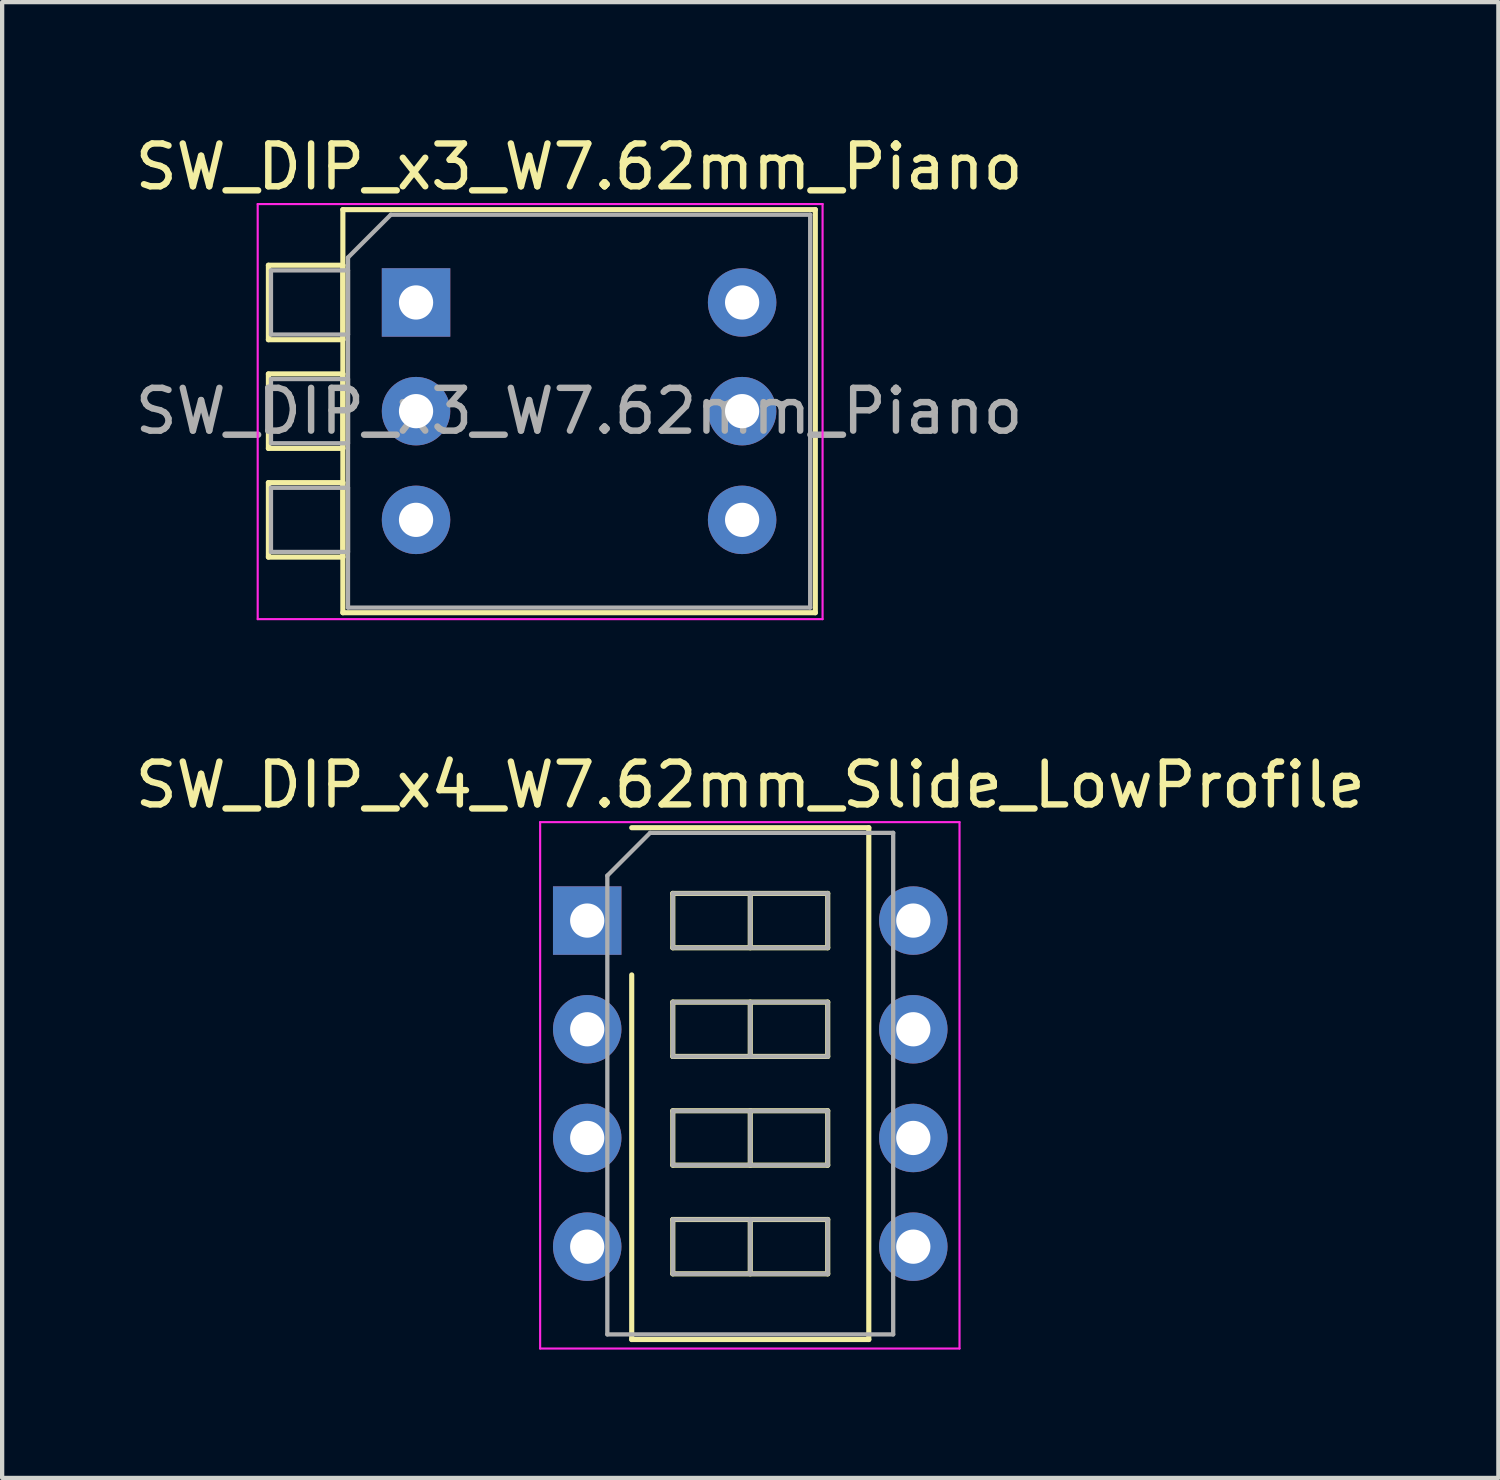
<source format=kicad_pcb>
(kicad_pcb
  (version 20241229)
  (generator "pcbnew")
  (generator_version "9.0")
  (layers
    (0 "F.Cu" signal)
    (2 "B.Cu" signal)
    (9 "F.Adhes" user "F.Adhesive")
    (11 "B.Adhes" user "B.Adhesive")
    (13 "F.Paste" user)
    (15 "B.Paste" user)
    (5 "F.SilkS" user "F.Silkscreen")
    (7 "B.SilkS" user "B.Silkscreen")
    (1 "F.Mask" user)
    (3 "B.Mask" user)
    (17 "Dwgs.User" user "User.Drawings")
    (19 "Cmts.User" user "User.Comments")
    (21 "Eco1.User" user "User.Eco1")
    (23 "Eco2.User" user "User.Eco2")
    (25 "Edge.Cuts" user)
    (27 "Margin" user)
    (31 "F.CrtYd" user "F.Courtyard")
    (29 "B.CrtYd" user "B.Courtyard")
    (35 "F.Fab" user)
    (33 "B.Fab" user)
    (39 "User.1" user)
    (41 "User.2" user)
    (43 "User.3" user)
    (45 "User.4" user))
  (footprint "SW_DIP_x4_W7.62mm_Slide_LowProfile"
    (layer "F.Cu")
    (at 10.672 18.462)
    (property "Reference" "SW_DIP_x4_W7.62mm_Slide_LowProfile" (at 3.81 -3.17 0) (layer "F.SilkS") (effects (font (size 1 1) (thickness 0.15))))
    (attr through_hole)
    (fp_line (start 1.04 -2.17) (end 6.58 -2.17) (stroke (width 0.12) (type solid)) (layer "F.SilkS"))
    (fp_line (start 1.04 9.79) (end 1.04 1.27) (stroke (width 0.12) (type solid)) (layer "F.SilkS"))
    (fp_line (start 2 -0.635) (end 2 0.635) (stroke (width 0.12) (type solid)) (layer "F.SilkS"))
    (fp_line (start 2 0.635) (end 5.62 0.635) (stroke (width 0.12) (type solid)) (layer "F.SilkS"))
    (fp_line (start 2 1.905) (end 2 3.175) (stroke (width 0.12) (type solid)) (layer "F.SilkS"))
    (fp_line (start 2 3.175) (end 5.62 3.175) (stroke (width 0.12) (type solid)) (layer "F.SilkS"))
    (fp_line (start 2 4.445) (end 2 5.715) (stroke (width 0.12) (type solid)) (layer "F.SilkS"))
    (fp_line (start 2 5.715) (end 5.62 5.715) (stroke (width 0.12) (type solid)) (layer "F.SilkS"))
    (fp_line (start 2 6.985) (end 2 8.255) (stroke (width 0.12) (type solid)) (layer "F.SilkS"))
    (fp_line (start 2 8.255) (end 5.62 8.255) (stroke (width 0.12) (type solid)) (layer "F.SilkS"))
    (fp_line (start 3.81 -0.635) (end 3.81 0.635) (stroke (width 0.12) (type solid)) (layer "F.SilkS"))
    (fp_line (start 3.81 1.905) (end 3.81 3.175) (stroke (width 0.12) (type solid)) (layer "F.SilkS"))
    (fp_line (start 3.81 4.445) (end 3.81 5.715) (stroke (width 0.12) (type solid)) (layer "F.SilkS"))
    (fp_line (start 3.81 6.985) (end 3.81 8.255) (stroke (width 0.12) (type solid)) (layer "F.SilkS"))
    (fp_line (start 5.62 -0.635) (end 2 -0.635) (stroke (width 0.12) (type solid)) (layer "F.SilkS"))
    (fp_line (start 5.62 0.635) (end 5.62 -0.635) (stroke (width 0.12) (type solid)) (layer "F.SilkS"))
    (fp_line (start 5.62 1.905) (end 2 1.905) (stroke (width 0.12) (type solid)) (layer "F.SilkS"))
    (fp_line (start 5.62 3.175) (end 5.62 1.905) (stroke (width 0.12) (type solid)) (layer "F.SilkS"))
    (fp_line (start 5.62 4.445) (end 2 4.445) (stroke (width 0.12) (type solid)) (layer "F.SilkS"))
    (fp_line (start 5.62 5.715) (end 5.62 4.445) (stroke (width 0.12) (type solid)) (layer "F.SilkS"))
    (fp_line (start 5.62 6.985) (end 2 6.985) (stroke (width 0.12) (type solid)) (layer "F.SilkS"))
    (fp_line (start 5.62 8.255) (end 5.62 6.985) (stroke (width 0.12) (type solid)) (layer "F.SilkS"))
    (fp_line (start 6.58 -2.17) (end 6.58 9.79) (stroke (width 0.12) (type solid)) (layer "F.SilkS"))
    (fp_line (start 6.58 9.79) (end 1.04 9.79) (stroke (width 0.12) (type solid)) (layer "F.SilkS"))
    (fp_line (start -1.1 -2.3) (end -1.1 10) (stroke (width 0.05) (type solid)) (layer "F.CrtYd"))
    (fp_line (start -1.1 10) (end 8.7 10) (stroke (width 0.05) (type solid)) (layer "F.CrtYd"))
    (fp_line (start 8.7 -2.3) (end -1.1 -2.3) (stroke (width 0.05) (type solid)) (layer "F.CrtYd"))
    (fp_line (start 8.7 10) (end 8.7 -2.3) (stroke (width 0.05) (type solid)) (layer "F.CrtYd"))
    (fp_line (start 0.47 -1.05) (end 1.47 -2.05) (stroke (width 0.1) (type solid)) (layer "F.Fab"))
    (fp_line (start 0.47 9.67) (end 0.47 -1.05) (stroke (width 0.1) (type solid)) (layer "F.Fab"))
    (fp_line (start 1.47 -2.05) (end 7.15 -2.05) (stroke (width 0.1) (type solid)) (layer "F.Fab"))
    (fp_line (start 2 -0.635) (end 2 0.635) (stroke (width 0.1) (type solid)) (layer "F.Fab"))
    (fp_line (start 2 0.635) (end 5.62 0.635) (stroke (width 0.1) (type solid)) (layer "F.Fab"))
    (fp_line (start 2 1.905) (end 2 3.175) (stroke (width 0.1) (type solid)) (layer "F.Fab"))
    (fp_line (start 2 3.175) (end 5.62 3.175) (stroke (width 0.1) (type solid)) (layer "F.Fab"))
    (fp_line (start 2 4.445) (end 2 5.715) (stroke (width 0.1) (type solid)) (layer "F.Fab"))
    (fp_line (start 2 5.715) (end 5.62 5.715) (stroke (width 0.1) (type solid)) (layer "F.Fab"))
    (fp_line (start 2 6.985) (end 2 8.255) (stroke (width 0.1) (type solid)) (layer "F.Fab"))
    (fp_line (start 2 8.255) (end 5.62 8.255) (stroke (width 0.1) (type solid)) (layer "F.Fab"))
    (fp_line (start 3.81 -0.635) (end 3.81 0.635) (stroke (width 0.1) (type solid)) (layer "F.Fab"))
    (fp_line (start 3.81 1.905) (end 3.81 3.175) (stroke (width 0.1) (type solid)) (layer "F.Fab"))
    (fp_line (start 3.81 4.445) (end 3.81 5.715) (stroke (width 0.1) (type solid)) (layer "F.Fab"))
    (fp_line (start 3.81 6.985) (end 3.81 8.255) (stroke (width 0.1) (type solid)) (layer "F.Fab"))
    (fp_line (start 5.62 -0.635) (end 2 -0.635) (stroke (width 0.1) (type solid)) (layer "F.Fab"))
    (fp_line (start 5.62 0.635) (end 5.62 -0.635) (stroke (width 0.1) (type solid)) (layer "F.Fab"))
    (fp_line (start 5.62 1.905) (end 2 1.905) (stroke (width 0.1) (type solid)) (layer "F.Fab"))
    (fp_line (start 5.62 3.175) (end 5.62 1.905) (stroke (width 0.1) (type solid)) (layer "F.Fab"))
    (fp_line (start 5.62 4.445) (end 2 4.445) (stroke (width 0.1) (type solid)) (layer "F.Fab"))
    (fp_line (start 5.62 5.715) (end 5.62 4.445) (stroke (width 0.1) (type solid)) (layer "F.Fab"))
    (fp_line (start 5.62 6.985) (end 2 6.985) (stroke (width 0.1) (type solid)) (layer "F.Fab"))
    (fp_line (start 5.62 8.255) (end 5.62 6.985) (stroke (width 0.1) (type solid)) (layer "F.Fab"))
    (fp_line (start 7.15 -2.05) (end 7.15 9.67) (stroke (width 0.1) (type solid)) (layer "F.Fab"))
    (fp_line (start 7.15 9.67) (end 0.47 9.67) (stroke (width 0.1) (type solid)) (layer "F.Fab"))
    (pad "1" thru_hole rect (at 0 0) (size 1.6 1.6) (drill 0.8) (layers "*.Cu" "*.Mask"))
    (pad "2" thru_hole oval (at 0 2.54) (size 1.6 1.6) (drill 0.8) (layers "*.Cu" "*.Mask"))
    (pad "3" thru_hole oval (at 0 5.08) (size 1.6 1.6) (drill 0.8) (layers "*.Cu" "*.Mask"))
    (pad "4" thru_hole oval (at 0 7.62) (size 1.6 1.6) (drill 0.8) (layers "*.Cu" "*.Mask"))
    (pad "5" thru_hole oval (at 7.62 7.62) (size 1.6 1.6) (drill 0.8) (layers "*.Cu" "*.Mask"))
    (pad "6" thru_hole oval (at 7.62 5.08) (size 1.6 1.6) (drill 0.8) (layers "*.Cu" "*.Mask"))
    (pad "7" thru_hole oval (at 7.62 2.54) (size 1.6 1.6) (drill 0.8) (layers "*.Cu" "*.Mask"))
    (pad "8" thru_hole oval (at 7.62 0) (size 1.6 1.6) (drill 0.8) (layers "*.Cu" "*.Mask")))
  (footprint "SW_DIP_x3_W7.62mm_Piano"
    (layer "F.Cu")
    (at 6.672 4.018)
    (property "Reference" "SW_DIP_x3_W7.62mm_Piano" (at 3.81 -3.17 0) (layer "F.SilkS") (effects (font (size 1 1) (thickness 0.15))))
    (attr through_hole)
    (fp_line (start -3.45 -0.87) (end -3.45 0.87) (stroke (width 0.12) (type solid)) (layer "F.SilkS"))
    (fp_line (start -3.45 0.87) (end -1.71 0.87) (stroke (width 0.12) (type solid)) (layer "F.SilkS"))
    (fp_line (start -3.45 1.67) (end -3.45 3.41) (stroke (width 0.12) (type solid)) (layer "F.SilkS"))
    (fp_line (start -3.45 3.41) (end -1.71 3.41) (stroke (width 0.12) (type solid)) (layer "F.SilkS"))
    (fp_line (start -3.45 4.21) (end -3.45 5.95) (stroke (width 0.12) (type solid)) (layer "F.SilkS"))
    (fp_line (start -3.45 5.95) (end -1.71 5.95) (stroke (width 0.12) (type solid)) (layer "F.SilkS"))
    (fp_line (start -1.71 -2.17) (end 9.33 -2.17) (stroke (width 0.12) (type solid)) (layer "F.SilkS"))
    (fp_line (start -1.71 -0.87) (end -3.45 -0.87) (stroke (width 0.12) (type solid)) (layer "F.SilkS"))
    (fp_line (start -1.71 0.87) (end -1.71 -0.87) (stroke (width 0.12) (type solid)) (layer "F.SilkS"))
    (fp_line (start -1.71 1.67) (end -3.45 1.67) (stroke (width 0.12) (type solid)) (layer "F.SilkS"))
    (fp_line (start -1.71 3.41) (end -1.71 1.67) (stroke (width 0.12) (type solid)) (layer "F.SilkS"))
    (fp_line (start -1.71 4.21) (end -3.45 4.21) (stroke (width 0.12) (type solid)) (layer "F.SilkS"))
    (fp_line (start -1.71 5.95) (end -1.71 4.21) (stroke (width 0.12) (type solid)) (layer "F.SilkS"))
    (fp_line (start -1.71 7.25) (end -1.71 -2.17) (stroke (width 0.12) (type solid)) (layer "F.SilkS"))
    (fp_line (start 9.33 -2.17) (end 9.33 7.25) (stroke (width 0.12) (type solid)) (layer "F.SilkS"))
    (fp_line (start 9.33 7.25) (end -1.71 7.25) (stroke (width 0.12) (type solid)) (layer "F.SilkS"))
    (fp_line (start -3.7 -2.3) (end -3.7 7.4) (stroke (width 0.05) (type solid)) (layer "F.CrtYd"))
    (fp_line (start -3.7 7.4) (end 9.5 7.4) (stroke (width 0.05) (type solid)) (layer "F.CrtYd"))
    (fp_line (start 9.5 -2.3) (end -3.7 -2.3) (stroke (width 0.05) (type solid)) (layer "F.CrtYd"))
    (fp_line (start 9.5 7.4) (end 9.5 -2.3) (stroke (width 0.05) (type solid)) (layer "F.CrtYd"))
    (fp_line (start -3.39 -0.75) (end -1.59 -0.75) (stroke (width 0.1) (type solid)) (layer "F.Fab"))
    (fp_line (start -3.39 0.75) (end -3.39 -0.75) (stroke (width 0.1) (type solid)) (layer "F.Fab"))
    (fp_line (start -3.39 1.79) (end -1.59 1.79) (stroke (width 0.1) (type solid)) (layer "F.Fab"))
    (fp_line (start -3.39 3.29) (end -3.39 1.79) (stroke (width 0.1) (type solid)) (layer "F.Fab"))
    (fp_line (start -3.39 4.33) (end -1.59 4.33) (stroke (width 0.1) (type solid)) (layer "F.Fab"))
    (fp_line (start -3.39 5.83) (end -3.39 4.33) (stroke (width 0.1) (type solid)) (layer "F.Fab"))
    (fp_line (start -1.59 -1.05) (end -0.59 -2.05) (stroke (width 0.1) (type solid)) (layer "F.Fab"))
    (fp_line (start -1.59 -0.75) (end -1.59 0.75) (stroke (width 0.1) (type solid)) (layer "F.Fab"))
    (fp_line (start -1.59 0.75) (end -3.39 0.75) (stroke (width 0.1) (type solid)) (layer "F.Fab"))
    (fp_line (start -1.59 1.79) (end -1.59 3.29) (stroke (width 0.1) (type solid)) (layer "F.Fab"))
    (fp_line (start -1.59 3.29) (end -3.39 3.29) (stroke (width 0.1) (type solid)) (layer "F.Fab"))
    (fp_line (start -1.59 4.33) (end -1.59 5.83) (stroke (width 0.1) (type solid)) (layer "F.Fab"))
    (fp_line (start -1.59 5.83) (end -3.39 5.83) (stroke (width 0.1) (type solid)) (layer "F.Fab"))
    (fp_line (start -1.59 7.13) (end -1.59 -1.05) (stroke (width 0.1) (type solid)) (layer "F.Fab"))
    (fp_line (start -0.59 -2.05) (end 9.21 -2.05) (stroke (width 0.1) (type solid)) (layer "F.Fab"))
    (fp_line (start 9.21 -2.05) (end 9.21 7.13) (stroke (width 0.1) (type solid)) (layer "F.Fab"))
    (fp_line (start 9.21 7.13) (end -1.59 7.13) (stroke (width 0.1) (type solid)) (layer "F.Fab"))
    (fp_text user "${REFERENCE}" (at 3.81 2.54 0) (layer "F.Fab") (effects (font (size 1 1) (thickness 0.15))))
    (pad "1" thru_hole rect (at 0 0) (size 1.6 1.6) (drill 0.8) (layers "*.Cu" "*.Mask"))
    (pad "2" thru_hole oval (at 0 2.54) (size 1.6 1.6) (drill 0.8) (layers "*.Cu" "*.Mask"))
    (pad "3" thru_hole oval (at 0 5.08) (size 1.6 1.6) (drill 0.8) (layers "*.Cu" "*.Mask"))
    (pad "4" thru_hole oval (at 7.62 5.08) (size 1.6 1.6) (drill 0.8) (layers "*.Cu" "*.Mask"))
    (pad "5" thru_hole oval (at 7.62 2.54) (size 1.6 1.6) (drill 0.8) (layers "*.Cu" "*.Mask"))
    (pad "6" thru_hole oval (at 7.62 0) (size 1.6 1.6) (drill 0.8) (layers "*.Cu" "*.Mask")))
  (gr_rect
    (start -3 -3)
    (end 31.964 31.486)
    (stroke (width 0.1) (type default))
    (fill no)
    (layer "Edge.Cuts")))
</source>
